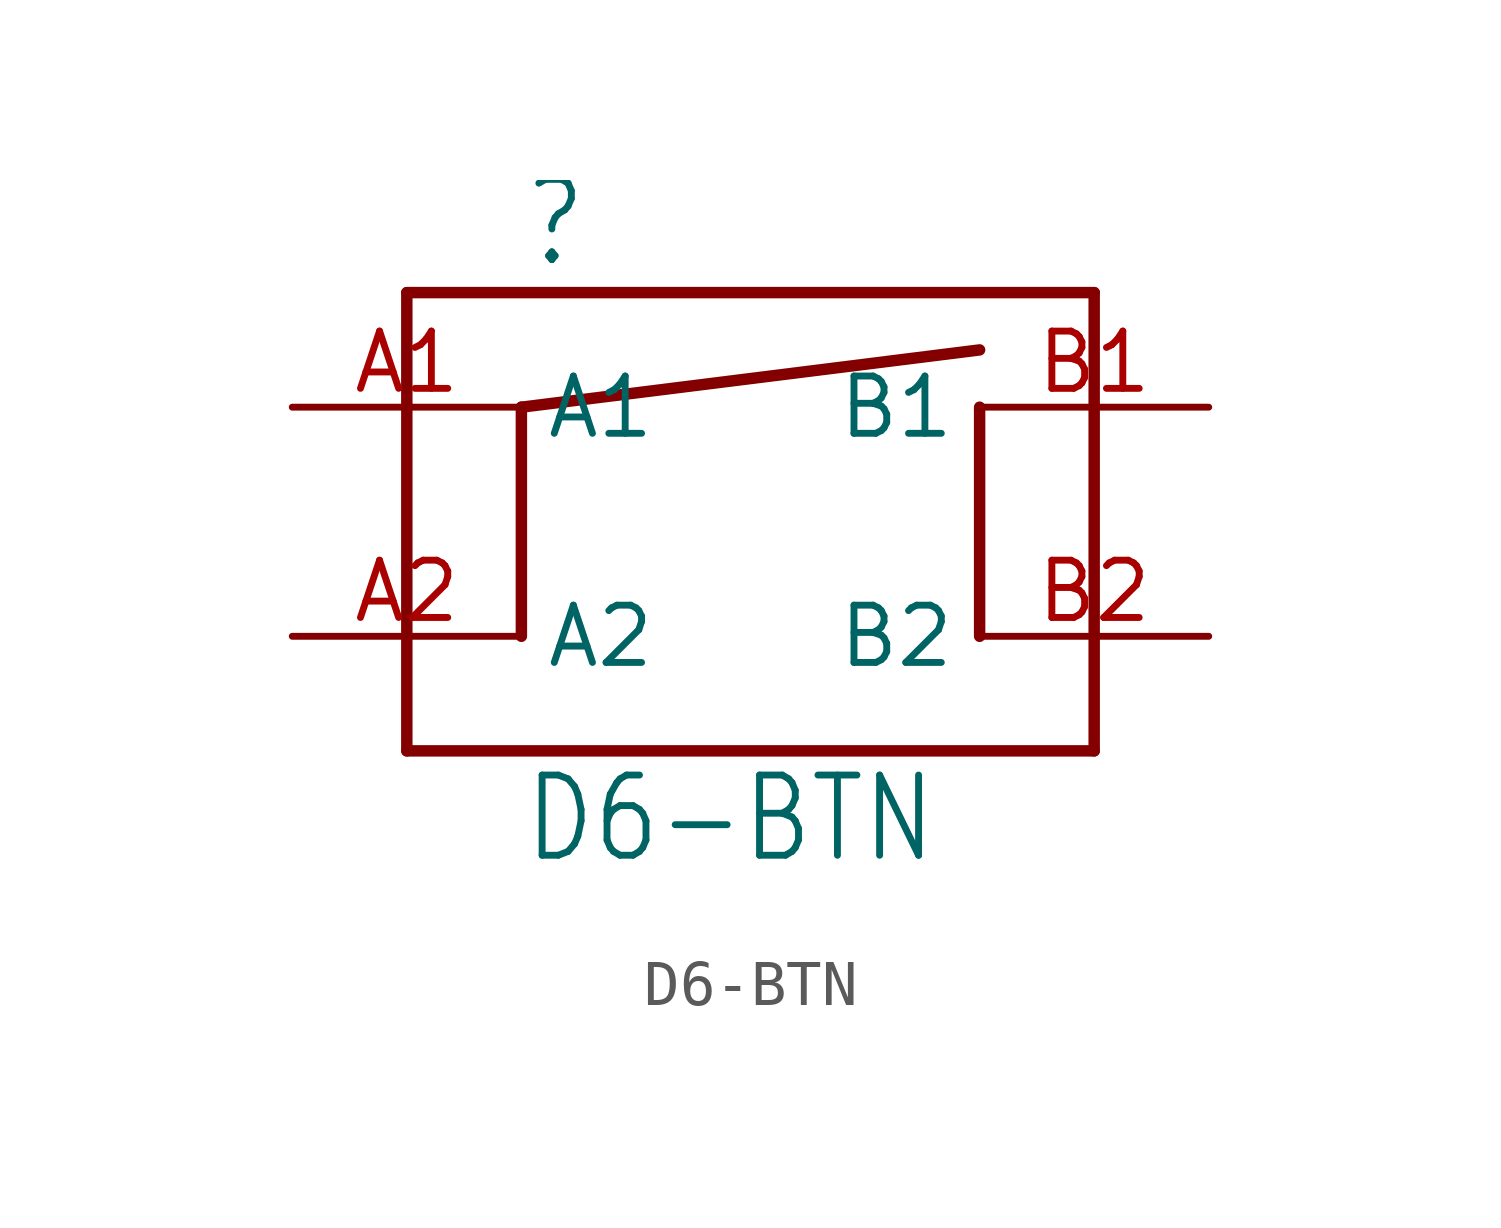
<source format=kicad_sym>
(kicad_symbol_lib
  (version 20211014)
  (generator kicad_symbol_editor)
  (symbol "D6-BTN"
    (property "Reference" ""
      (at -5.08 5.588 0)
      (effects (font (size 1.778 1.511)) (justify left bottom)))
    (property "Value" "D6-BTN"
      (at -5.08 -7.62 0)
      (effects (font (size 1.778 1.511)) (justify left bottom)))
    (property "ki_locked" ""
      (at 0 0 0)
      (effects (font (size 1.27 1.27))))
    (symbol "D6-BTN_1_0"
      (polyline (pts (xy -7.62 -5.08) (xy 7.62 -5.08)) (stroke (width 0.254) (type default) (color 0 0 0 0)) (fill (type none)))
      (polyline (pts (xy -7.62 5.08) (xy -7.62 -5.08)) (stroke (width 0.254) (type default) (color 0 0 0 0)) (fill (type none)))
      (polyline (pts (xy -5.08 2.54) (xy -5.08 -2.54)) (stroke (width 0.254) (type default) (color 0 0 0 0)) (fill (type none)))
      (polyline (pts (xy -5.08 2.54) (xy 5.08 3.81)) (stroke (width 0.254) (type default) (color 0 0 0 0)) (fill (type none)))
      (polyline (pts (xy 5.08 2.54) (xy 5.08 -2.54)) (stroke (width 0.254) (type default) (color 0 0 0 0)) (fill (type none)))
      (polyline (pts (xy 7.62 -5.08) (xy 7.62 5.08)) (stroke (width 0.254) (type default) (color 0 0 0 0)) (fill (type none)))
      (polyline (pts (xy 7.62 5.08) (xy -7.62 5.08)) (stroke (width 0.254) (type default) (color 0 0 0 0)) (fill (type none)))
      (pin bidirectional line (at -10.16 2.54 0) (length 5.08) (name "A1" (effects (font (size 1.27 1.27)))) (number "A1" (effects (font (size 1.27 1.27)))))
      (pin bidirectional line (at -10.16 -2.54 0) (length 5.08) (name "A2" (effects (font (size 1.27 1.27)))) (number "A2" (effects (font (size 1.27 1.27)))))
      (pin bidirectional line (at 10.16 2.54 180) (length 5.08) (name "B1" (effects (font (size 1.27 1.27)))) (number "B1" (effects (font (size 1.27 1.27)))))
      (pin bidirectional line (at 10.16 -2.54 180) (length 5.08) (name "B2" (effects (font (size 1.27 1.27)))) (number "B2" (effects (font (size 1.27 1.27))))))))
</source>
